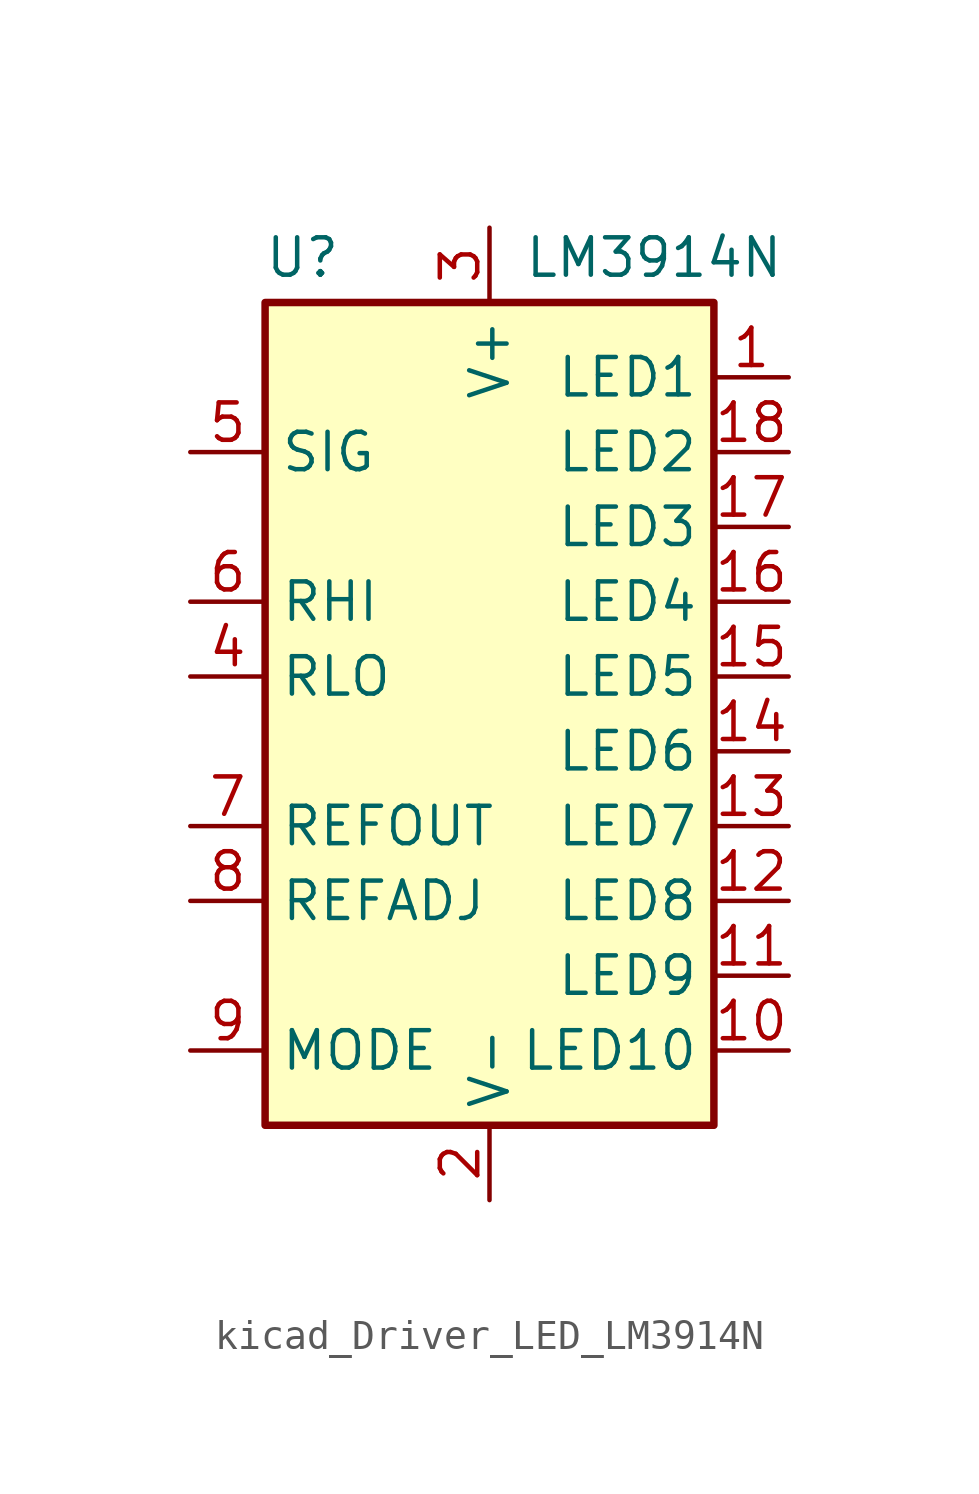
<source format=kicad_sym>
(kicad_symbol_lib
  (version 20220914)
  (generator kicad_symbol_editor)
  (symbol "kicad_Driver_LED_LM3914N"
    (property "Reference" "U"
      (at -6.35 14.224 0)
      (effects (font (size 1.27 1.27))))
    (property "Value" "LM3914N"
      (at 5.588 14.224 0)
      (effects (font (size 1.27 1.27))))
    (symbol "kicad_Driver_LED_LM3914N_0_1"
      (rectangle (start -7.62 12.7) (end 7.62 -15.24) (stroke (width 0.254) (type default)) (fill (type background))))
    (symbol "kicad_Driver_LED_LM3914N_1_1"
      (pin open_collector line (at 10.16 10.16 180) (length 2.54) (name "LED1" (effects (font (size 1.27 1.27)))) (number "1" (effects (font (size 1.27 1.27)))))
      (pin open_collector line (at 10.16 -12.7 180) (length 2.54) (name "LED10" (effects (font (size 1.27 1.27)))) (number "10" (effects (font (size 1.27 1.27)))))
      (pin open_collector line (at 10.16 -10.16 180) (length 2.54) (name "LED9" (effects (font (size 1.27 1.27)))) (number "11" (effects (font (size 1.27 1.27)))))
      (pin open_collector line (at 10.16 -7.62 180) (length 2.54) (name "LED8" (effects (font (size 1.27 1.27)))) (number "12" (effects (font (size 1.27 1.27)))))
      (pin open_collector line (at 10.16 -5.08 180) (length 2.54) (name "LED7" (effects (font (size 1.27 1.27)))) (number "13" (effects (font (size 1.27 1.27)))))
      (pin open_collector line (at 10.16 -2.54 180) (length 2.54) (name "LED6" (effects (font (size 1.27 1.27)))) (number "14" (effects (font (size 1.27 1.27)))))
      (pin open_collector line (at 10.16 0 180) (length 2.54) (name "LED5" (effects (font (size 1.27 1.27)))) (number "15" (effects (font (size 1.27 1.27)))))
      (pin open_collector line (at 10.16 2.54 180) (length 2.54) (name "LED4" (effects (font (size 1.27 1.27)))) (number "16" (effects (font (size 1.27 1.27)))))
      (pin open_collector line (at 10.16 5.08 180) (length 2.54) (name "LED3" (effects (font (size 1.27 1.27)))) (number "17" (effects (font (size 1.27 1.27)))))
      (pin open_collector line (at 10.16 7.62 180) (length 2.54) (name "LED2" (effects (font (size 1.27 1.27)))) (number "18" (effects (font (size 1.27 1.27)))))
      (pin power_in line (at 0 -17.78 90) (length 2.54) (name "V-" (effects (font (size 1.27 1.27)))) (number "2" (effects (font (size 1.27 1.27)))))
      (pin power_in line (at 0 15.24 270) (length 2.54) (name "V+" (effects (font (size 1.27 1.27)))) (number "3" (effects (font (size 1.27 1.27)))))
      (pin input line (at -10.16 0 0) (length 2.54) (name "RLO" (effects (font (size 1.27 1.27)))) (number "4" (effects (font (size 1.27 1.27)))))
      (pin input line (at -10.16 7.62 0) (length 2.54) (name "SIG" (effects (font (size 1.27 1.27)))) (number "5" (effects (font (size 1.27 1.27)))))
      (pin input line (at -10.16 2.54 0) (length 2.54) (name "RHI" (effects (font (size 1.27 1.27)))) (number "6" (effects (font (size 1.27 1.27)))))
      (pin output line (at -10.16 -5.08 0) (length 2.54) (name "REFOUT" (effects (font (size 1.27 1.27)))) (number "7" (effects (font (size 1.27 1.27)))))
      (pin input line (at -10.16 -7.62 0) (length 2.54) (name "REFADJ" (effects (font (size 1.27 1.27)))) (number "8" (effects (font (size 1.27 1.27)))))
      (pin input line (at -10.16 -12.7 0) (length 2.54) (name "MODE" (effects (font (size 1.27 1.27)))) (number "9" (effects (font (size 1.27 1.27))))))))
</source>
